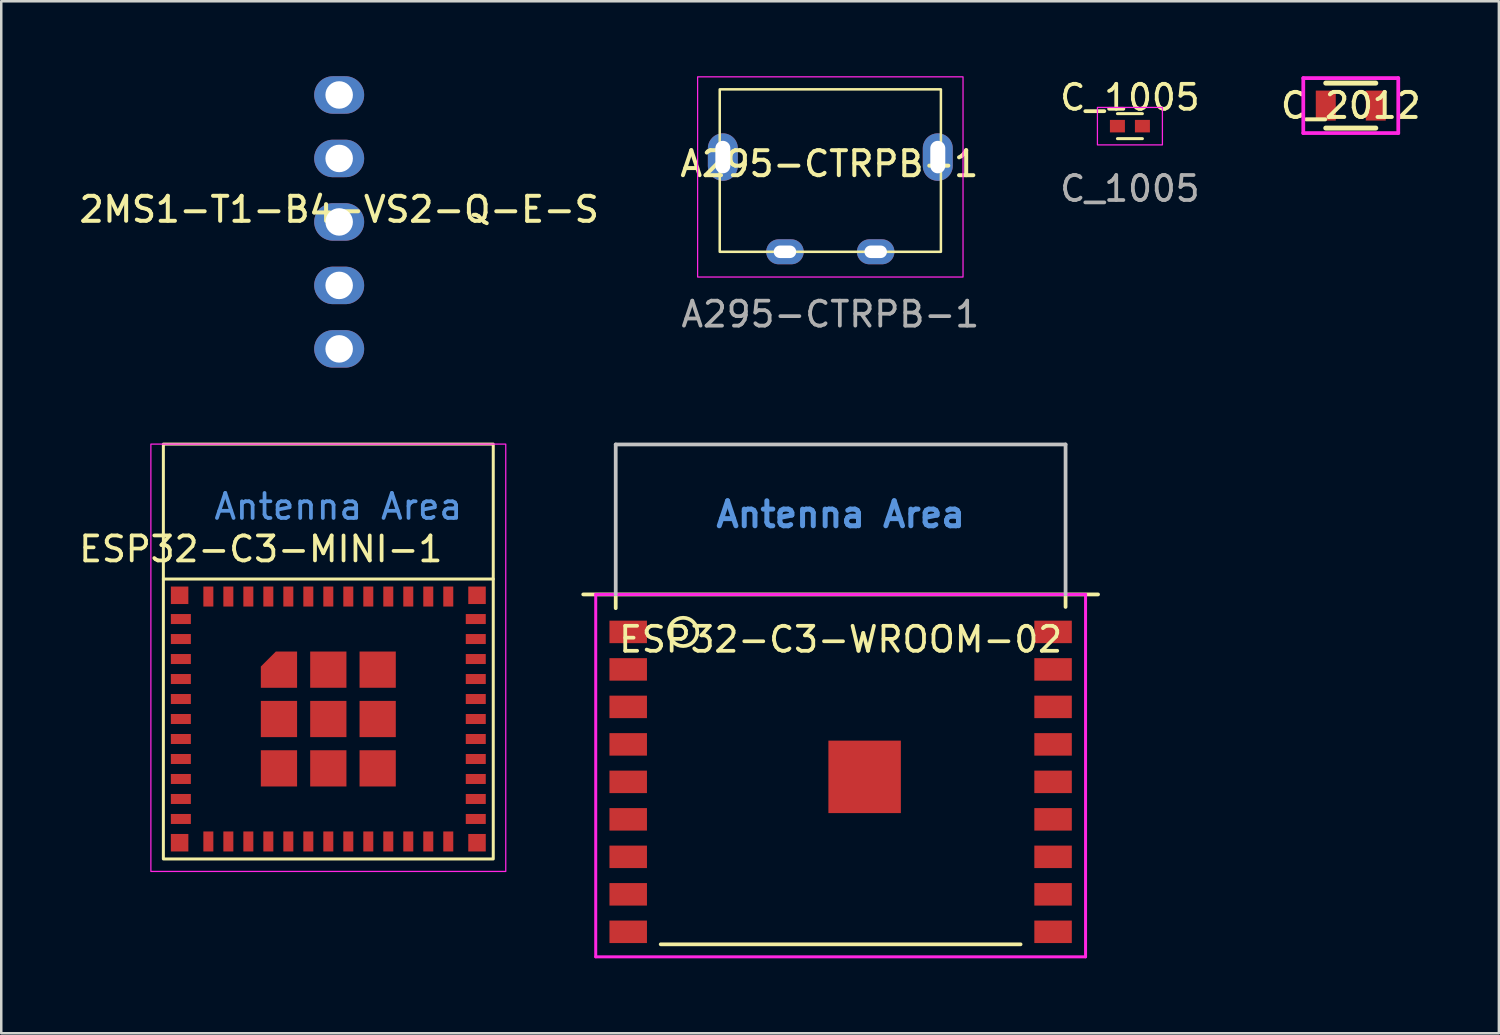
<source format=kicad_pcb>
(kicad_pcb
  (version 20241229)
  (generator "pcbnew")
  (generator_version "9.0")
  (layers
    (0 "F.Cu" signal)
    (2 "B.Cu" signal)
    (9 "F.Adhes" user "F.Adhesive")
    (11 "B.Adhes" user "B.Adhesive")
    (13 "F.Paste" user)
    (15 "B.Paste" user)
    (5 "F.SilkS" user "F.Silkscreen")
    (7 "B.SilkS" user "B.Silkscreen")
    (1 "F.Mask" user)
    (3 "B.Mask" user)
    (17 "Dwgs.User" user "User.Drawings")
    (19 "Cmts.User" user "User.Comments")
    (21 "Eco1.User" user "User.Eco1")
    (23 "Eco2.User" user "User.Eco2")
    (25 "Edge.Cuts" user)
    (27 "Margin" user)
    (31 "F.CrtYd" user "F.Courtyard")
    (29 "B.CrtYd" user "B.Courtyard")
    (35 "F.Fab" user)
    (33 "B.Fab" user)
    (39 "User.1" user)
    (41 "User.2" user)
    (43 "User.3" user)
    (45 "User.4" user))
  (footprint "ESP32-C3-MINI-1"
    (layer "F.Cu")
    (at 10.087 25.72)
    (property "Reference" "ESP32-C3-MINI-1" (at -2.7 -6.8 0) (unlocked yes) (layer "F.SilkS") (effects (font (size 1 1) (thickness 0.15))))
    (attr smd)
    (fp_line (start -6.6 -5.6) (end 6.6 -5.6) (stroke (width 0.12) (type solid)) (layer "F.SilkS"))
    (fp_rect (start -6.6 5.6) (end 6.6 -11) (stroke (width 0.12) (type solid)) (fill no) (layer "F.SilkS"))
    (fp_rect (start -7.1 6.1) (end 7.1 -11) (stroke (width 0.05) (type solid)) (fill no) (layer "F.CrtYd"))
    (fp_text user "Antenna Area" (at 0.4 -8.5 0) (unlocked yes) (layer "Cmts.User") (effects (font (size 1 1) (thickness 0.15))))
    (pad "1" smd rect (at -5.9 -4) (size 0.8 0.4) (layers "F.Cu" "F.Mask" "F.Paste"))
    (pad "2" smd rect (at -5.9 -3.2) (size 0.8 0.4) (layers "F.Cu" "F.Mask" "F.Paste"))
    (pad "3" smd rect (at -5.9 -2.4) (size 0.8 0.4) (layers "F.Cu" "F.Mask" "F.Paste"))
    (pad "4" smd rect (at -5.9 -1.6) (size 0.8 0.4) (layers "F.Cu" "F.Mask" "F.Paste"))
    (pad "5" smd rect (at -5.9 -0.8) (size 0.8 0.4) (layers "F.Cu" "F.Mask" "F.Paste"))
    (pad "6" smd rect (at -5.9 0) (size 0.8 0.4) (layers "F.Cu" "F.Mask" "F.Paste"))
    (pad "7" smd rect (at -5.9 0.8) (size 0.8 0.4) (layers "F.Cu" "F.Mask" "F.Paste"))
    (pad "8" smd rect (at -5.9 1.6) (size 0.8 0.4) (layers "F.Cu" "F.Mask" "F.Paste"))
    (pad "9" smd rect (at -5.9 2.4) (size 0.8 0.4) (layers "F.Cu" "F.Mask" "F.Paste"))
    (pad "10" smd rect (at -5.9 3.2) (size 0.8 0.4) (layers "F.Cu" "F.Mask" "F.Paste"))
    (pad "11" smd rect (at -5.9 4) (size 0.8 0.4) (layers "F.Cu" "F.Mask" "F.Paste"))
    (pad "12" smd rect (at -4.8 4.9 90) (size 0.8 0.4) (layers "F.Cu" "F.Mask" "F.Paste"))
    (pad "13" smd rect (at -4 4.9 90) (size 0.8 0.4) (layers "F.Cu" "F.Mask" "F.Paste"))
    (pad "14" smd rect (at -3.2 4.9 90) (size 0.8 0.4) (layers "F.Cu" "F.Mask" "F.Paste"))
    (pad "15" smd rect (at -2.4 4.9 90) (size 0.8 0.4) (layers "F.Cu" "F.Mask" "F.Paste"))
    (pad "16" smd rect (at -1.6 4.9 90) (size 0.8 0.4) (layers "F.Cu" "F.Mask" "F.Paste"))
    (pad "17" smd rect (at -0.8 4.9 90) (size 0.8 0.4) (layers "F.Cu" "F.Mask" "F.Paste"))
    (pad "18" smd rect (at 0 4.9 90) (size 0.8 0.4) (layers "F.Cu" "F.Mask" "F.Paste"))
    (pad "19" smd rect (at 0.8 4.9 90) (size 0.8 0.4) (layers "F.Cu" "F.Mask" "F.Paste"))
    (pad "20" smd rect (at 1.6 4.9 90) (size 0.8 0.4) (layers "F.Cu" "F.Mask" "F.Paste"))
    (pad "21" smd rect (at 2.4 4.9 90) (size 0.8 0.4) (layers "F.Cu" "F.Mask" "F.Paste"))
    (pad "22" smd rect (at 3.2 4.9 90) (size 0.8 0.4) (layers "F.Cu" "F.Mask" "F.Paste"))
    (pad "23" smd rect (at 4 4.9 90) (size 0.8 0.4) (layers "F.Cu" "F.Mask" "F.Paste"))
    (pad "24" smd rect (at 4.8 4.9 90) (size 0.8 0.4) (layers "F.Cu" "F.Mask" "F.Paste"))
    (pad "25" smd rect (at 5.9 4) (size 0.8 0.4) (layers "F.Cu" "F.Mask" "F.Paste"))
    (pad "26" smd rect (at 5.9 3.2) (size 0.8 0.4) (layers "F.Cu" "F.Mask" "F.Paste"))
    (pad "27" smd rect (at 5.9 2.4) (size 0.8 0.4) (layers "F.Cu" "F.Mask" "F.Paste"))
    (pad "28" smd rect (at 5.9 1.6) (size 0.8 0.4) (layers "F.Cu" "F.Mask" "F.Paste"))
    (pad "29" smd rect (at 5.9 0.8) (size 0.8 0.4) (layers "F.Cu" "F.Mask" "F.Paste"))
    (pad "30" smd rect (at 5.9 0) (size 0.8 0.4) (layers "F.Cu" "F.Mask" "F.Paste"))
    (pad "31" smd rect (at 5.9 -0.8) (size 0.8 0.4) (layers "F.Cu" "F.Mask" "F.Paste"))
    (pad "32" smd rect (at 5.9 -1.6) (size 0.8 0.4) (layers "F.Cu" "F.Mask" "F.Paste"))
    (pad "33" smd rect (at 5.9 -2.4) (size 0.8 0.4) (layers "F.Cu" "F.Mask" "F.Paste"))
    (pad "34" smd rect (at 5.9 -3.2) (size 0.8 0.4) (layers "F.Cu" "F.Mask" "F.Paste"))
    (pad "35" smd rect (at 5.9 -4) (size 0.8 0.4) (layers "F.Cu" "F.Mask" "F.Paste"))
    (pad "36" smd rect (at 4.8 -4.9 90) (size 0.8 0.4) (layers "F.Cu" "F.Mask" "F.Paste"))
    (pad "37" smd rect (at 4 -4.9 90) (size 0.8 0.4) (layers "F.Cu" "F.Mask" "F.Paste"))
    (pad "38" smd rect (at 3.2 -4.9 90) (size 0.8 0.4) (layers "F.Cu" "F.Mask" "F.Paste"))
    (pad "39" smd rect (at 2.4 -4.9 90) (size 0.8 0.4) (layers "F.Cu" "F.Mask" "F.Paste"))
    (pad "40" smd rect (at 1.6 -4.9 90) (size 0.8 0.4) (layers "F.Cu" "F.Mask" "F.Paste"))
    (pad "41" smd rect (at 0.8 -4.9 90) (size 0.8 0.4) (layers "F.Cu" "F.Mask" "F.Paste"))
    (pad "42" smd rect (at 0 -4.9 90) (size 0.8 0.4) (layers "F.Cu" "F.Mask" "F.Paste"))
    (pad "43" smd rect (at -0.8 -4.9 90) (size 0.8 0.4) (layers "F.Cu" "F.Mask" "F.Paste"))
    (pad "44" smd rect (at -1.6 -4.9 90) (size 0.8 0.4) (layers "F.Cu" "F.Mask" "F.Paste"))
    (pad "45" smd rect (at -2.4 -4.9 90) (size 0.8 0.4) (layers "F.Cu" "F.Mask" "F.Paste"))
    (pad "46" smd rect (at -3.2 -4.9 90) (size 0.8 0.4) (layers "F.Cu" "F.Mask" "F.Paste"))
    (pad "47" smd rect (at -4 -4.9 90) (size 0.8 0.4) (layers "F.Cu" "F.Mask" "F.Paste"))
    (pad "48" smd rect (at -4.8 -4.9 90) (size 0.8 0.4) (layers "F.Cu" "F.Mask" "F.Paste"))
    (pad "49" smd roundrect (at -1.975 -1.975 90) (size 1.45 1.45) (layers "F.Cu" "F.Mask" "F.Paste") (roundrect_rratio 0) (chamfer_ratio 0.414) (chamfer top_right))
    (pad "49" smd rect (at -1.975 0 90) (size 1.45 1.45) (layers "F.Cu" "F.Mask" "F.Paste"))
    (pad "49" smd rect (at -1.975 1.975 90) (size 1.45 1.45) (layers "F.Cu" "F.Mask" "F.Paste"))
    (pad "49" smd rect (at 0 -1.975 90) (size 1.45 1.45) (layers "F.Cu" "F.Mask" "F.Paste"))
    (pad "49" smd rect (at 0 0 90) (size 1.45 1.45) (layers "F.Cu" "F.Mask" "F.Paste"))
    (pad "49" smd rect (at 0 1.975 90) (size 1.45 1.45) (layers "F.Cu" "F.Mask" "F.Paste"))
    (pad "49" smd rect (at 1.975 -1.975 90) (size 1.45 1.45) (layers "F.Cu" "F.Mask" "F.Paste"))
    (pad "49" smd rect (at 1.975 0 90) (size 1.45 1.45) (layers "F.Cu" "F.Mask" "F.Paste"))
    (pad "49" smd rect (at 1.975 1.975 90) (size 1.45 1.45) (layers "F.Cu" "F.Mask" "F.Paste"))
    (pad "50" smd rect (at 5.95 -4.95) (size 0.7 0.7) (layers "F.Cu" "F.Mask" "F.Paste"))
    (pad "51" smd rect (at 5.95 4.95) (size 0.7 0.7) (layers "F.Cu" "F.Mask" "F.Paste"))
    (pad "52" smd rect (at -5.95 4.95) (size 0.7 0.7) (layers "F.Cu" "F.Mask" "F.Paste"))
    (pad "53" smd rect (at -5.95 -4.95) (size 0.7 0.7) (layers "F.Cu" "F.Mask" "F.Paste")))
  (footprint "A295-CTRPB-1"
    (layer "F.Cu")
    (at 30.174 7.025)
    (property "Reference" "A295-CTRPB-1" (at -0.04 -3.52 0) (unlocked yes) (layer "F.SilkS") (effects (font (size 1 1) (thickness 0.16))))
    (attr through_hole)
    (fp_rect (start -4.425 -6.5) (end 4.425 0) (stroke (width 0.1) (type default)) (fill no) (layer "F.SilkS"))
    (fp_rect (start -5.31 -7) (end 5.31 1.01) (stroke (width 0.05) (type default)) (fill no) (layer "F.CrtYd"))
    (fp_text user "${REFERENCE}" (at 0 2.5 0) (unlocked yes) (layer "F.Fab") (effects (font (size 1 1) (thickness 0.15))))
    (pad "1" thru_hole oval (at 1.815 0) (size 1.5 1) (drill oval 0.9 0.5) (layers "*.Cu" "*.Mask"))
    (pad "2" thru_hole oval (at -1.815 0) (size 1.5 1) (drill oval 0.9 0.5) (layers "*.Cu" "*.Mask"))
    (pad "3" thru_hole oval (at 4.3 -3.79) (size 1.2 1.9) (drill oval 0.6 1.3) (layers "*.Cu" "*.Mask"))
    (pad "4" thru_hole oval (at -4.3 -3.79) (size 1.2 1.9) (drill oval 0.6 1.3) (layers "*.Cu" "*.Mask")))
  (footprint "C_2012"
    (layer "F.Cu")
    (at 50.999 1.175)
    (property "Reference" "C_2012" (at 0 0 0) (layer "F.SilkS") (effects (font (size 1 1) (thickness 0.16))))
    (attr through_hole)
    (fp_line (start -1 -0.9) (end 1 -0.9) (stroke (width 0.2) (type solid)) (layer "F.SilkS"))
    (fp_line (start -1 0.9) (end 1 0.9) (stroke (width 0.2) (type solid)) (layer "F.SilkS"))
    (fp_line (start -1.9 -1.1) (end 1.9 -1.1) (stroke (width 0.15) (type solid)) (layer "F.CrtYd"))
    (fp_line (start -1.9 1.1) (end -1.9 -1.1) (stroke (width 0.15) (type solid)) (layer "F.CrtYd"))
    (fp_line (start 1.9 -1.1) (end 1.9 1.1) (stroke (width 0.15) (type solid)) (layer "F.CrtYd"))
    (fp_line (start 1.9 1.1) (end -1.9 1.1) (stroke (width 0.15) (type solid)) (layer "F.CrtYd"))
    (pad "1" smd rect (at -1 0) (size 0.8 1.2) (layers "F.Cu" "F.Mask" "F.Paste"))
    (pad "2" smd rect (at 1 0) (size 0.8 1.2) (layers "F.Cu" "F.Mask" "F.Paste")))
  (footprint "2MS1-T1-B4-VS2-Q-E-S"
    (layer "F.Cu")
    (at 10.521 5.83)
    (property "Reference" "2MS1-T1-B4-VS2-Q-E-S" (at 0 -0.5 0) (unlocked yes) (layer "F.SilkS") (effects (font (size 1 1) (thickness 0.16))))
    (attr through_hole)
    (pad "1" thru_hole oval (at 0 2.54) (size 2 1.5) (drill 1.1) (layers "*.Cu" "*.Mask"))
    (pad "2" thru_hole oval (at 0 0) (size 2 1.5) (drill 1.1) (layers "*.Cu" "*.Mask"))
    (pad "3" thru_hole oval (at 0 -2.54) (size 2 1.5) (drill 1.1) (layers "*.Cu" "*.Mask"))
    (pad "4" thru_hole oval (at 0 -5.08) (size 2 1.5) (drill 1.1) (layers "*.Cu" "*.Mask"))
    (pad "4" thru_hole oval (at 0 5.08) (size 2 1.5) (drill 1.1) (layers "*.Cu" "*.Mask")))
  (footprint "ESP32-C3-WROOM-02"
    (layer "F.Cu")
    (at 30.587 34.735)
    (property "Reference" "ESP32-C3-WROOM-02" (at 0 -12.2 0) (layer "F.SilkS") (effects (font (size 1 1) (thickness 0.15))))
    (attr through_hole)
    (fp_line (start -10.3 -14) (end 10.3 -14) (stroke (width 0.15) (type solid)) (layer "F.SilkS"))
    (fp_line (start -9 -13.45) (end -9 -14) (stroke (width 0.15) (type solid)) (layer "F.SilkS"))
    (fp_line (start -7.2 0) (end 7.2 0) (stroke (width 0.15) (type solid)) (layer "F.SilkS"))
    (fp_line (start 9 -13.5) (end 9 -14) (stroke (width 0.15) (type solid)) (layer "F.SilkS"))
    (fp_circle (center -6.3 -12.5) (end -5.9 -12.1) (stroke (width 0.15) (type solid)) (fill no) (layer "F.SilkS"))
    (fp_line (start -9 -20) (end 9 -20) (stroke (width 0.15) (type solid)) (layer "Dwgs.User"))
    (fp_line (start -9 -14) (end -9 -20) (stroke (width 0.15) (type solid)) (layer "Dwgs.User"))
    (fp_line (start 9 -20) (end 9 -14) (stroke (width 0.15) (type solid)) (layer "Dwgs.User"))
    (fp_line (start -9.8 -14) (end -9.8 0.5) (stroke (width 0.12) (type solid)) (layer "F.CrtYd"))
    (fp_line (start -9.8 0.5) (end 9.8 0.5) (stroke (width 0.12) (type solid)) (layer "F.CrtYd"))
    (fp_line (start 9.8 -14) (end -9.8 -14) (stroke (width 0.12) (type solid)) (layer "F.CrtYd"))
    (fp_line (start 9.8 0.5) (end 9.8 -14) (stroke (width 0.12) (type solid)) (layer "F.CrtYd"))
    (fp_text user "Antenna Area" (at 0 -17.2 0) (layer "Cmts.User") (effects (font (size 1 1) (thickness 0.2))))
    (pad "" smd rect (at 0.24 -7.43) (size 1.1 1.1) (layers "F.Paste"))
    (pad "" smd rect (at 0.24 -5.98) (size 1.1 1.1) (layers "F.Paste"))
    (pad "" smd rect (at 1.69 -7.43) (size 1.1 1.1) (layers "F.Paste"))
    (pad "" smd rect (at 1.69 -5.98) (size 1.1 1.1) (layers "F.Paste"))
    (pad "1" smd rect (at -9 -12.5) (size 1.5 0.9) (drill (offset 0.5 0)) (layers "F.Cu" "F.Mask" "F.Paste"))
    (pad "2" smd rect (at -9 -11) (size 1.5 0.9) (drill (offset 0.5 0)) (layers "F.Cu" "F.Mask" "F.Paste"))
    (pad "3" smd rect (at -9 -9.5) (size 1.5 0.9) (drill (offset 0.5 0)) (layers "F.Cu" "F.Mask" "F.Paste"))
    (pad "4" smd rect (at -9 -8) (size 1.5 0.9) (drill (offset 0.5 0)) (layers "F.Cu" "F.Mask" "F.Paste"))
    (pad "5" smd rect (at -9 -6.5) (size 1.5 0.9) (drill (offset 0.5 0)) (layers "F.Cu" "F.Mask" "F.Paste"))
    (pad "6" smd rect (at -9 -5) (size 1.5 0.9) (drill (offset 0.5 0)) (layers "F.Cu" "F.Mask" "F.Paste"))
    (pad "7" smd rect (at -9 -3.5) (size 1.5 0.9) (drill (offset 0.5 0)) (layers "F.Cu" "F.Mask" "F.Paste"))
    (pad "8" smd rect (at -9 -2) (size 1.5 0.9) (drill (offset 0.5 0)) (layers "F.Cu" "F.Mask" "F.Paste"))
    (pad "9" smd rect (at -9 -0.5) (size 1.5 0.9) (drill (offset 0.5 0)) (layers "F.Cu" "F.Mask" "F.Paste"))
    (pad "10" smd rect (at 9 -0.5) (size 1.5 0.9) (drill (offset -0.5 0)) (layers "F.Cu" "F.Mask" "F.Paste"))
    (pad "11" smd rect (at 9 -2) (size 1.5 0.9) (drill (offset -0.5 0)) (layers "F.Cu" "F.Mask" "F.Paste"))
    (pad "12" smd rect (at 9 -3.5) (size 1.5 0.9) (drill (offset -0.5 0)) (layers "F.Cu" "F.Mask" "F.Paste"))
    (pad "13" smd rect (at 9 -5) (size 1.5 0.9) (drill (offset -0.5 0)) (layers "F.Cu" "F.Mask" "F.Paste"))
    (pad "14" smd rect (at 9 -6.5) (size 1.5 0.9) (drill (offset -0.5 0)) (layers "F.Cu" "F.Mask" "F.Paste"))
    (pad "15" smd rect (at 9 -8) (size 1.5 0.9) (drill (offset -0.5 0)) (layers "F.Cu" "F.Mask" "F.Paste"))
    (pad "16" smd rect (at 9 -9.5) (size 1.5 0.9) (drill (offset -0.5 0)) (layers "F.Cu" "F.Mask" "F.Paste"))
    (pad "17" smd rect (at 9 -11) (size 1.5 0.9) (drill (offset -0.5 0)) (layers "F.Cu" "F.Mask" "F.Paste"))
    (pad "18" smd rect (at 9 -12.5) (size 1.5 0.9) (drill (offset -0.5 0)) (layers "F.Cu" "F.Mask" "F.Paste"))
    (pad "19" smd rect (at 0.96 -6.7) (size 2.9 2.9) (layers "F.Cu" "F.Mask")))
  (footprint "C_1005"
    (layer "F.Cu")
    (at 42.162 1.998)
    (property "Reference" "C_1005" (at 0 -1.15 0) (unlocked yes) (layer "F.SilkS") (effects (font (size 1 1) (thickness 0.15))))
    (attr smd)
    (fp_line (start -0.5 -0.5) (end 0.5 -0.5) (stroke (width 0.12) (type solid)) (layer "F.SilkS"))
    (fp_line (start 0.5 0.5) (end -0.5 0.5) (stroke (width 0.12) (type solid)) (layer "F.SilkS"))
    (fp_rect (start -1.3 0.75) (end 1.3 -0.75) (stroke (width 0.05) (type solid)) (fill no) (layer "F.CrtYd"))
    (fp_text user "${REFERENCE}" (at 0 2.5 0) (unlocked yes) (layer "F.Fab") (effects (font (size 1 1) (thickness 0.15))))
    (pad "1" smd rect (at -0.5 0) (size 0.6 0.5) (layers "F.Cu" "F.Mask" "F.Paste"))
    (pad "2" smd rect (at 0.5 0) (size 0.6 0.5) (layers "F.Cu" "F.Mask" "F.Paste")))
  (gr_rect
    (start -3 -3)
    (end 56.925 38.295)
    (stroke (width 0.1) (type default))
    (fill no)
    (layer "Edge.Cuts")))
</source>
